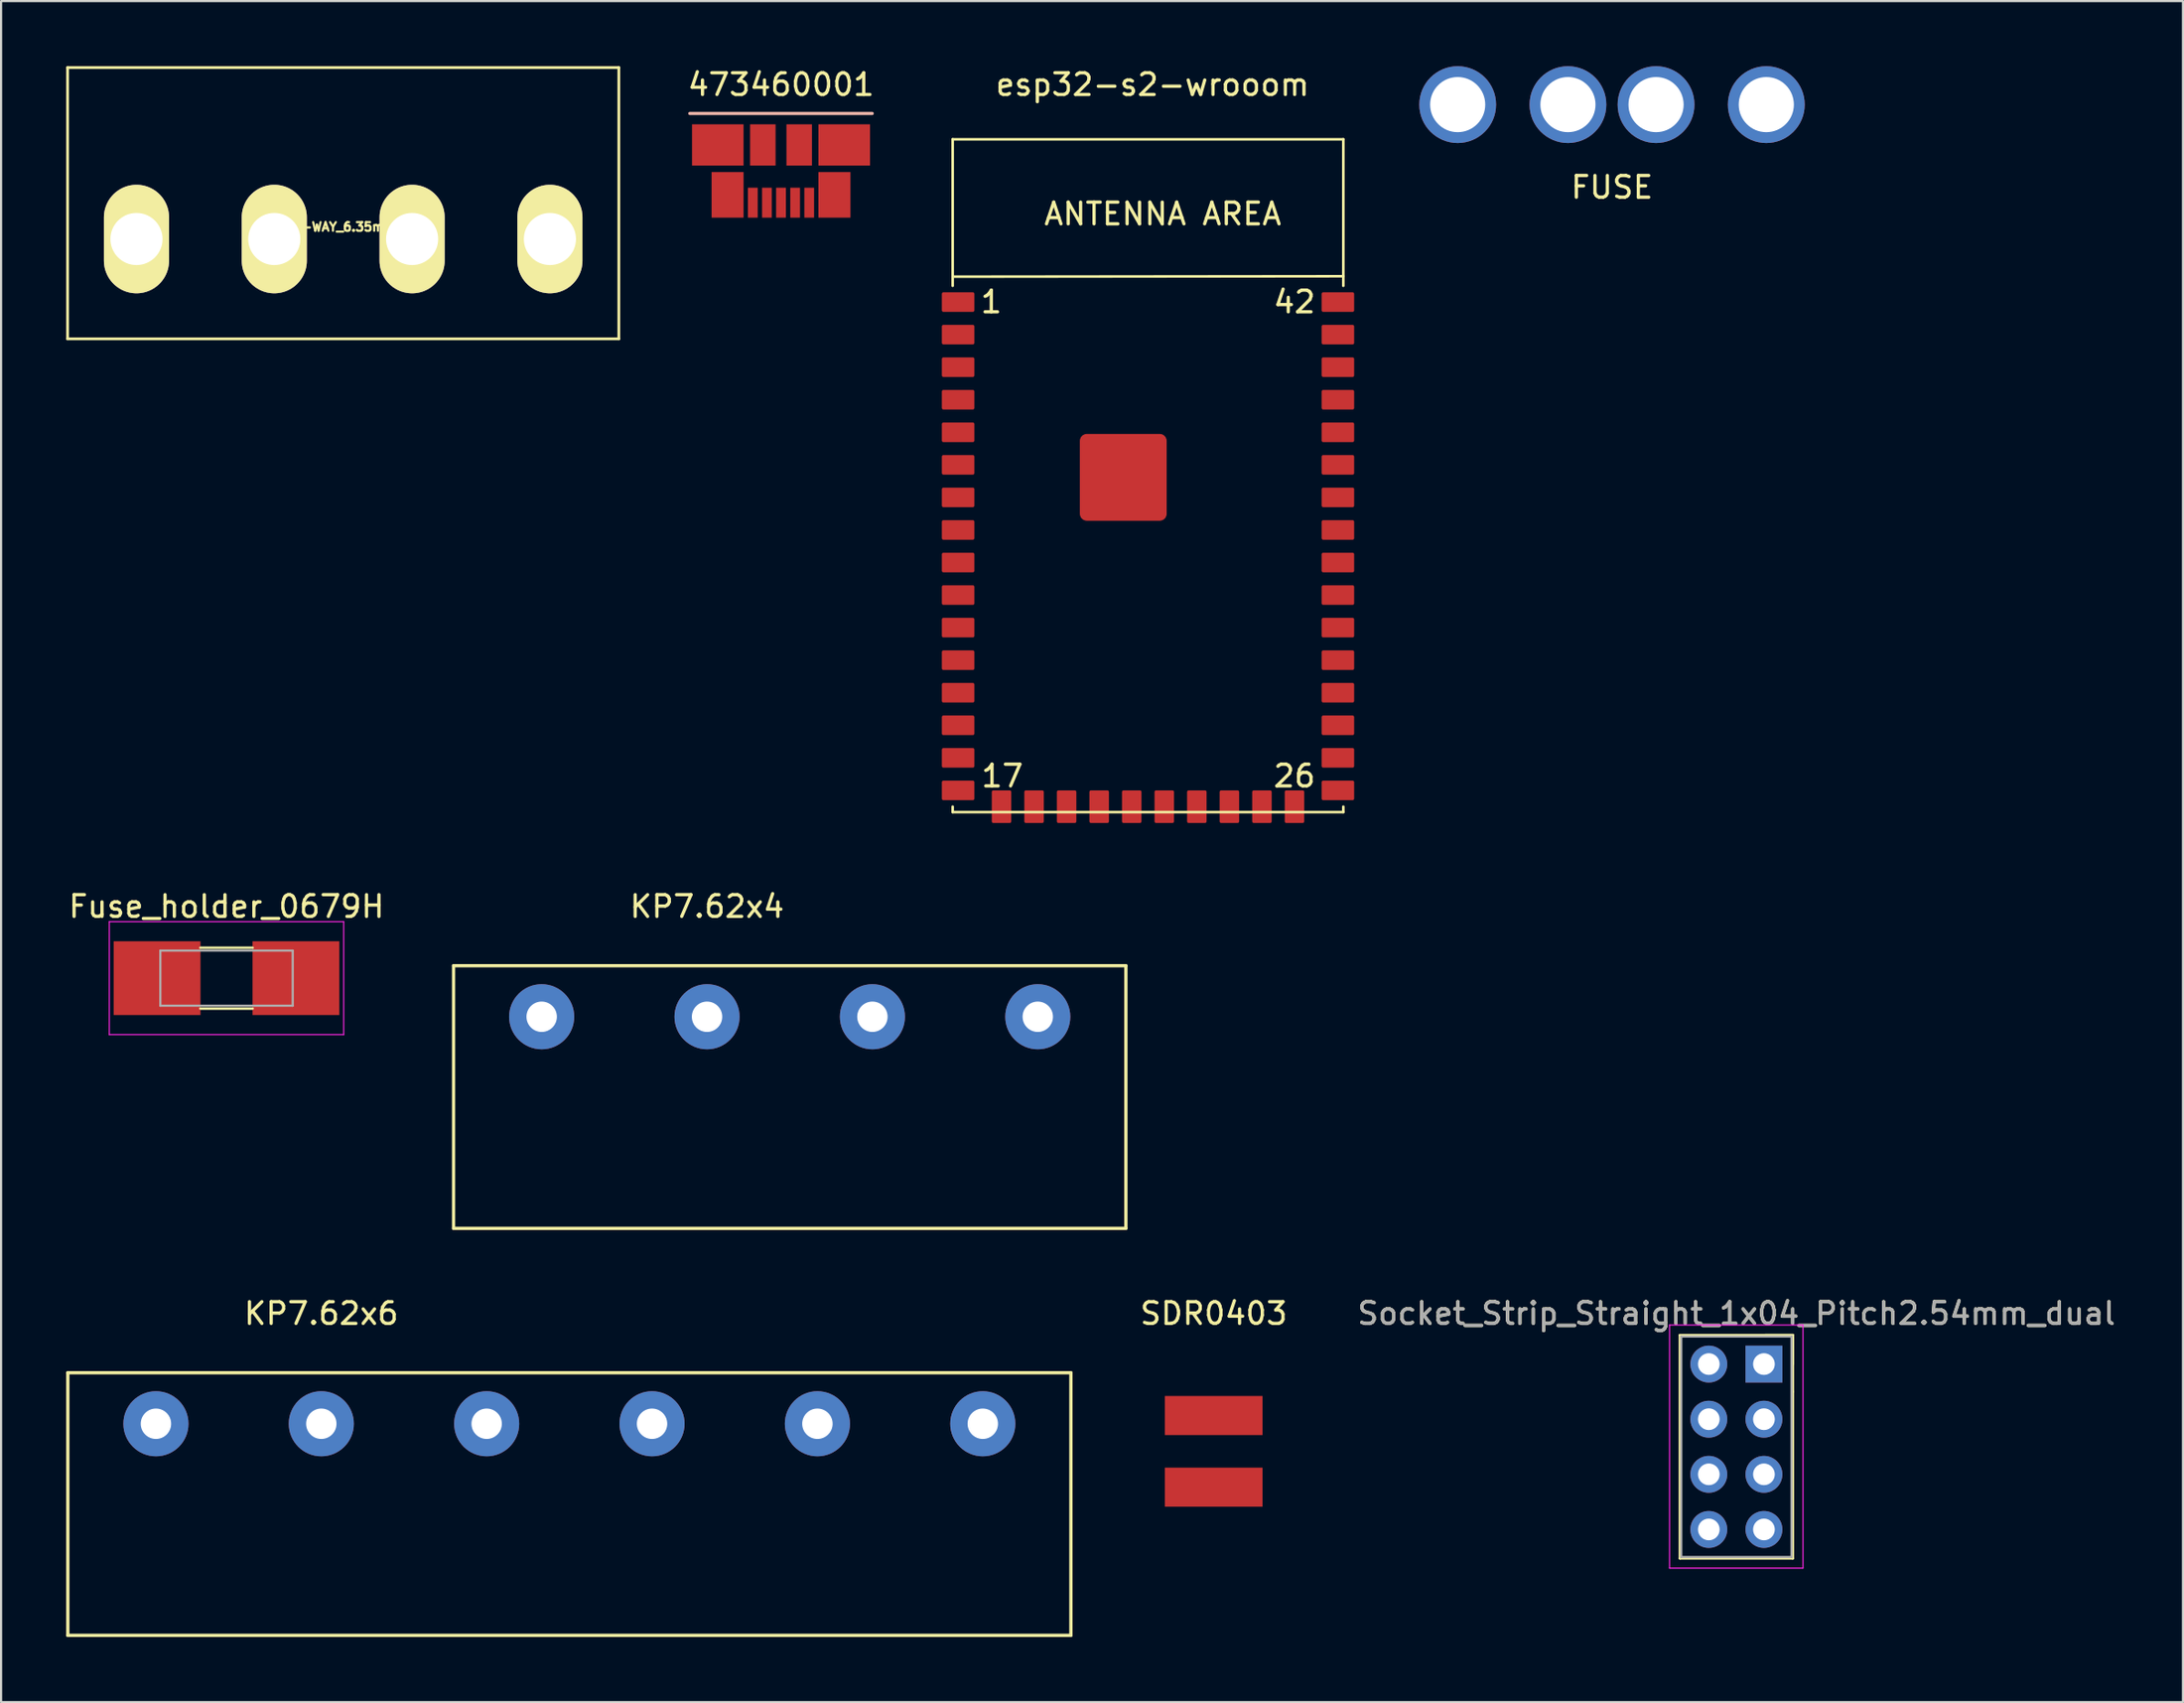
<source format=kicad_pcb>
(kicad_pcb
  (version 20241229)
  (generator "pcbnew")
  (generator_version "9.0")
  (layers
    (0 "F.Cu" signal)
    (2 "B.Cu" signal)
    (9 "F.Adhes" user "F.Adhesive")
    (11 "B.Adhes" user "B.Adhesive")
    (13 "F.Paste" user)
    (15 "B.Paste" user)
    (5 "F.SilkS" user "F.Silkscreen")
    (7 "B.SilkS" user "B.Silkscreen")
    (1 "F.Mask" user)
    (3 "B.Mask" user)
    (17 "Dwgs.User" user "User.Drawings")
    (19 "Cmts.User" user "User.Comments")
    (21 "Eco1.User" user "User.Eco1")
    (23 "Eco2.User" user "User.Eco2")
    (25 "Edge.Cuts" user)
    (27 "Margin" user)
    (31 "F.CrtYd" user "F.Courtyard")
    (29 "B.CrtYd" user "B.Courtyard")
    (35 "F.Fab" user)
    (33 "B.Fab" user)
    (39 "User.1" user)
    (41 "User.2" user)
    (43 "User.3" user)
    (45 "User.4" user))
  (footprint "473460001"
    (layer "F.Cu")
    (at 32.938 5.928)
    (property "Reference" "473460001" (at 0 -5.08 0) (layer "F.SilkS") (effects (font (size 1 1) (thickness 0.15))))
    (attr through_hole)
    (fp_line (start -4.2 -3.75) (end 4.2 -3.75) (stroke (width 0.15) (type solid)) (layer "B.SilkS"))
    (pad "1" smd rect (at 1.3 0.36) (size 0.45 1.38) (layers "F.Cu" "F.Mask" "F.Paste"))
    (pad "2" smd rect (at 0.65 0.36) (size 0.45 1.38) (layers "F.Cu" "F.Mask" "F.Paste"))
    (pad "3" smd rect (at 0 0.36) (size 0.45 1.38) (layers "F.Cu" "F.Mask" "F.Paste"))
    (pad "4" smd rect (at -0.65 0.36) (size 0.45 1.38) (layers "F.Cu" "F.Mask" "F.Paste"))
    (pad "5" smd rect (at -1.3 0.36) (size 0.45 1.38) (layers "F.Cu" "F.Mask" "F.Paste"))
    (pad "6" smd rect (at -2.913 -2.3) (size 2.375 1.9) (layers "F.Cu" "F.Mask" "F.Paste"))
    (pad "6" smd rect (at -2.462 0) (size 1.475 2.1) (layers "F.Cu" "F.Mask" "F.Paste"))
    (pad "6" smd rect (at -0.838 -2.3) (size 1.175 1.9) (layers "F.Cu" "F.Mask" "F.Paste"))
    (pad "6" smd rect (at 0.838 -2.3) (size 1.175 1.9) (layers "F.Cu" "F.Mask" "F.Paste"))
    (pad "6" smd rect (at 2.462 0) (size 1.475 2.1) (layers "F.Cu" "F.Mask" "F.Paste"))
    (pad "6" smd rect (at 2.913 -2.3) (size 2.375 1.9) (layers "F.Cu" "F.Mask" "F.Paste")))
  (footprint "FUSE"
    (layer "F.Cu")
    (at 71.228 1.77)
    (property "Reference" "FUSE" (at 0 3.81 0) (layer "F.SilkS") (effects (font (size 1 1) (thickness 0.15))))
    (attr through_hole)
    (pad "1" thru_hole circle (at -7.11 0) (size 3.54 3.54) (drill 2.54) (layers "*.Cu" "*.Mask"))
    (pad "1" thru_hole circle (at -2.03 0) (size 3.54 3.54) (drill 2.54) (layers "*.Cu" "*.Mask"))
    (pad "2" thru_hole circle (at 2.03 0) (size 3.54 3.54) (drill 2.54) (layers "*.Cu" "*.Mask"))
    (pad "2" thru_hole circle (at 7.11 0) (size 3.54 3.54) (drill 2.54) (layers "*.Cu" "*.Mask")))
  (footprint "esp32-s2-wrooom"
    (layer "F.Cu")
    (at 49.898 18.768)
    (property "Reference" "esp32-s2-wrooom" (at 0.16 -17.92 0) (layer "F.SilkS") (effects (font (size 1 1) (thickness 0.15))))
    (attr through_hole)
    (fp_line (start -9.05 -15.4) (end -9.05 -8.65) (stroke (width 0.12) (type solid)) (layer "F.SilkS"))
    (fp_line (start -9.05 15.35) (end -9.05 15.6) (stroke (width 0.12) (type solid)) (layer "F.SilkS"))
    (fp_line (start -9.05 15.6) (end 8.95 15.6) (stroke (width 0.12) (type solid)) (layer "F.SilkS"))
    (fp_line (start 8.95 -15.4) (end -9.05 -15.4) (stroke (width 0.12) (type solid)) (layer "F.SilkS"))
    (fp_line (start 8.95 -9.09) (end -9.05 -9.07) (stroke (width 0.12) (type solid)) (layer "F.SilkS"))
    (fp_line (start 8.95 -8.65) (end 8.95 -15.4) (stroke (width 0.12) (type solid)) (layer "F.SilkS"))
    (fp_line (start 8.95 15.35) (end 8.95 15.6) (stroke (width 0.12) (type solid)) (layer "F.SilkS"))
    (fp_text user "1" (at -7.272 -7.907 0) (layer "F.SilkS") (effects (font (size 1 1) (thickness 0.15))))
    (fp_text user "17" (at -6.764 13.937 0) (layer "F.SilkS") (effects (font (size 1 1) (thickness 0.15))))
    (fp_text user "ANTENNA AREA" (at 0.63 -11.96 0) (layer "F.SilkS") (effects (font (size 1 1) (thickness 0.15))))
    (fp_text user "26" (at 6.698 13.937 0) (layer "F.SilkS") (effects (font (size 1 1) (thickness 0.15))))
    (fp_text user "42" (at 6.698 -7.907 0) (layer "F.SilkS") (effects (font (size 1 1) (thickness 0.15))))
    (pad "1" smd roundrect (at -8.8 -7.9) (size 1.5 0.9) (layers "F.Cu" "F.Mask" "F.Paste") (roundrect_rratio 0.079))
    (pad "2" smd roundrect (at -8.8 -6.4) (size 1.5 0.9) (layers "F.Cu" "F.Mask" "F.Paste") (roundrect_rratio 0.079))
    (pad "3" smd roundrect (at -8.8 -4.9) (size 1.5 0.9) (layers "F.Cu" "F.Mask" "F.Paste") (roundrect_rratio 0.079))
    (pad "4" smd roundrect (at -8.8 -3.4) (size 1.5 0.9) (layers "F.Cu" "F.Mask" "F.Paste") (roundrect_rratio 0.079))
    (pad "5" smd roundrect (at -8.8 -1.9) (size 1.5 0.9) (layers "F.Cu" "F.Mask" "F.Paste") (roundrect_rratio 0.079))
    (pad "6" smd roundrect (at -8.8 -0.4) (size 1.5 0.9) (layers "F.Cu" "F.Mask" "F.Paste") (roundrect_rratio 0.079))
    (pad "7" smd roundrect (at -8.8 1.1) (size 1.5 0.9) (layers "F.Cu" "F.Mask" "F.Paste") (roundrect_rratio 0.079))
    (pad "8" smd roundrect (at -8.8 2.6) (size 1.5 0.9) (layers "F.Cu" "F.Mask" "F.Paste") (roundrect_rratio 0.079))
    (pad "9" smd roundrect (at -8.8 4.1) (size 1.5 0.9) (layers "F.Cu" "F.Mask" "F.Paste") (roundrect_rratio 0.079))
    (pad "10" smd roundrect (at -8.8 5.6) (size 1.5 0.9) (layers "F.Cu" "F.Mask" "F.Paste") (roundrect_rratio 0.079))
    (pad "11" smd roundrect (at -8.8 7.1) (size 1.5 0.9) (layers "F.Cu" "F.Mask" "F.Paste") (roundrect_rratio 0.079))
    (pad "12" smd roundrect (at -8.8 8.6) (size 1.5 0.9) (layers "F.Cu" "F.Mask" "F.Paste") (roundrect_rratio 0.079))
    (pad "13" smd roundrect (at -8.8 10.1) (size 1.5 0.9) (layers "F.Cu" "F.Mask" "F.Paste") (roundrect_rratio 0.079))
    (pad "14" smd roundrect (at -8.8 11.6) (size 1.5 0.9) (layers "F.Cu" "F.Mask" "F.Paste") (roundrect_rratio 0.079))
    (pad "15" smd roundrect (at -8.8 13.1) (size 1.5 0.9) (layers "F.Cu" "F.Mask" "F.Paste") (roundrect_rratio 0.079))
    (pad "16" smd roundrect (at -8.8 14.6) (size 1.5 0.9) (layers "F.Cu" "F.Mask" "F.Paste") (roundrect_rratio 0.079))
    (pad "17" smd roundrect (at -6.8 15.35 90) (size 1.5 0.9) (layers "F.Cu" "F.Mask" "F.Paste") (roundrect_rratio 0.079))
    (pad "18" smd roundrect (at -5.3 15.35 90) (size 1.5 0.9) (layers "F.Cu" "F.Mask" "F.Paste") (roundrect_rratio 0.079))
    (pad "19" smd roundrect (at -3.8 15.35 90) (size 1.5 0.9) (layers "F.Cu" "F.Mask" "F.Paste") (roundrect_rratio 0.079))
    (pad "20" smd roundrect (at -2.3 15.35 90) (size 1.5 0.9) (layers "F.Cu" "F.Mask" "F.Paste") (roundrect_rratio 0.079))
    (pad "21" smd roundrect (at -0.8 15.35 90) (size 1.5 0.9) (layers "F.Cu" "F.Mask" "F.Paste") (roundrect_rratio 0.079))
    (pad "22" smd roundrect (at 0.7 15.35 90) (size 1.5 0.9) (layers "F.Cu" "F.Mask" "F.Paste") (roundrect_rratio 0.079))
    (pad "23" smd roundrect (at 2.2 15.35 90) (size 1.5 0.9) (layers "F.Cu" "F.Mask" "F.Paste") (roundrect_rratio 0.079))
    (pad "24" smd roundrect (at 3.7 15.35 90) (size 1.5 0.9) (layers "F.Cu" "F.Mask" "F.Paste") (roundrect_rratio 0.079))
    (pad "25" smd roundrect (at 5.2 15.35 90) (size 1.5 0.9) (layers "F.Cu" "F.Mask" "F.Paste") (roundrect_rratio 0.079))
    (pad "26" smd roundrect (at 6.7 15.35 90) (size 1.5 0.9) (layers "F.Cu" "F.Mask" "F.Paste") (roundrect_rratio 0.079))
    (pad "27" smd roundrect (at 8.7 14.6 180) (size 1.5 0.9) (layers "F.Cu" "F.Mask" "F.Paste") (roundrect_rratio 0.079))
    (pad "28" smd roundrect (at 8.7 13.1 180) (size 1.5 0.9) (layers "F.Cu" "F.Mask" "F.Paste") (roundrect_rratio 0.079))
    (pad "29" smd roundrect (at 8.7 11.6 180) (size 1.5 0.9) (layers "F.Cu" "F.Mask" "F.Paste") (roundrect_rratio 0.079))
    (pad "30" smd roundrect (at 8.7 10.1 180) (size 1.5 0.9) (layers "F.Cu" "F.Mask" "F.Paste") (roundrect_rratio 0.079))
    (pad "31" smd roundrect (at 8.7 8.6 180) (size 1.5 0.9) (layers "F.Cu" "F.Mask" "F.Paste") (roundrect_rratio 0.079))
    (pad "32" smd roundrect (at 8.7 7.1 180) (size 1.5 0.9) (layers "F.Cu" "F.Mask" "F.Paste") (roundrect_rratio 0.079))
    (pad "33" smd roundrect (at 8.7 5.6 180) (size 1.5 0.9) (layers "F.Cu" "F.Mask" "F.Paste") (roundrect_rratio 0.079))
    (pad "34" smd roundrect (at 8.7 4.1 180) (size 1.5 0.9) (layers "F.Cu" "F.Mask" "F.Paste") (roundrect_rratio 0.079))
    (pad "35" smd roundrect (at 8.7 2.6 180) (size 1.5 0.9) (layers "F.Cu" "F.Mask" "F.Paste") (roundrect_rratio 0.079))
    (pad "36" smd roundrect (at 8.7 1.1 180) (size 1.5 0.9) (layers "F.Cu" "F.Mask" "F.Paste") (roundrect_rratio 0.079))
    (pad "37" smd roundrect (at 8.7 -0.4 180) (size 1.5 0.9) (layers "F.Cu" "F.Mask" "F.Paste") (roundrect_rratio 0.079))
    (pad "38" smd roundrect (at 8.7 -1.9 180) (size 1.5 0.9) (layers "F.Cu" "F.Mask" "F.Paste") (roundrect_rratio 0.079))
    (pad "39" smd roundrect (at 8.7 -3.4 180) (size 1.5 0.9) (layers "F.Cu" "F.Mask" "F.Paste") (roundrect_rratio 0.079))
    (pad "40" smd roundrect (at 8.7 -4.9 180) (size 1.5 0.9) (layers "F.Cu" "F.Mask" "F.Paste") (roundrect_rratio 0.079))
    (pad "41" smd roundrect (at 8.7 -6.4 180) (size 1.5 0.9) (layers "F.Cu" "F.Mask" "F.Paste") (roundrect_rratio 0.079))
    (pad "42" smd roundrect (at 8.7 -7.9 180) (size 1.5 0.9) (layers "F.Cu" "F.Mask" "F.Paste") (roundrect_rratio 0.079))
    (pad "43" smd roundrect (at -1.19 0.175 180) (size 4 4) (layers "F.Cu" "F.Mask" "F.Paste") (roundrect_rratio 0.079)))
  (footprint "Socket_Strip_Straight_1x04_Pitch2.54mm_dual"
    (layer "F.Cu")
    (at 78.229 59.8)
    (property "Reference" "Socket_Strip_Straight_1x04_Pitch2.54mm_dual" (at -1.27 -2.33 0) (layer "F.SilkS") (effects (font (size 1 1) (thickness 0.15))))
    (attr through_hole)
    (fp_line (start -3.87 -1.33) (end -1.27 -1.33) (stroke (width 0.12) (type solid)) (layer "F.SilkS"))
    (fp_line (start -3.87 8.95) (end -3.87 -1.33) (stroke (width 0.12) (type solid)) (layer "F.SilkS"))
    (fp_line (start -1.27 -1.33) (end 1.33 -1.33) (stroke (width 0.12) (type solid)) (layer "F.SilkS"))
    (fp_line (start 1.33 -1.33) (end 0.06 -1.33) (stroke (width 0.12) (type solid)) (layer "F.SilkS"))
    (fp_line (start 1.33 -1.33) (end 1.33 1.27) (stroke (width 0.12) (type solid)) (layer "F.SilkS"))
    (fp_line (start 1.33 0) (end 1.33 -1.33) (stroke (width 0.12) (type solid)) (layer "F.SilkS"))
    (fp_line (start 1.33 1.27) (end 1.33 8.95) (stroke (width 0.12) (type solid)) (layer "F.SilkS"))
    (fp_line (start 1.33 8.95) (end -3.87 8.95) (stroke (width 0.12) (type solid)) (layer "F.SilkS"))
    (fp_line (start -4.35 -1.8) (end -4.35 9.4) (stroke (width 0.05) (type solid)) (layer "F.CrtYd"))
    (fp_line (start -4.35 9.4) (end 1.8 9.4) (stroke (width 0.05) (type solid)) (layer "F.CrtYd"))
    (fp_line (start 1.8 -1.8) (end -4.35 -1.8) (stroke (width 0.05) (type solid)) (layer "F.CrtYd"))
    (fp_line (start 1.8 9.4) (end 1.8 -1.8) (stroke (width 0.05) (type solid)) (layer "F.CrtYd"))
    (fp_line (start -3.81 -1.27) (end -3.81 8.89) (stroke (width 0.1) (type solid)) (layer "F.Fab"))
    (fp_line (start -3.81 8.89) (end 1.27 8.89) (stroke (width 0.1) (type solid)) (layer "F.Fab"))
    (fp_line (start 1.27 -1.27) (end -3.81 -1.27) (stroke (width 0.1) (type solid)) (layer "F.Fab"))
    (fp_line (start 1.27 8.89) (end 1.27 -1.27) (stroke (width 0.1) (type solid)) (layer "F.Fab"))
    (fp_text user "${REFERENCE}" (at -1.27 -2.33 0) (layer "F.Fab") (effects (font (size 1 1) (thickness 0.15))))
    (pad "1" thru_hole oval (at -2.54 0) (size 1.7 1.7) (drill 1) (layers "*.Cu" "*.Mask"))
    (pad "1" thru_hole rect (at 0 0) (size 1.7 1.7) (drill 1) (layers "*.Cu" "*.Mask"))
    (pad "2" thru_hole oval (at -2.54 2.54) (size 1.7 1.7) (drill 1) (layers "*.Cu" "*.Mask"))
    (pad "2" thru_hole oval (at 0 2.54) (size 1.7 1.7) (drill 1) (layers "*.Cu" "*.Mask"))
    (pad "3" thru_hole oval (at -2.54 5.08) (size 1.7 1.7) (drill 1) (layers "*.Cu" "*.Mask"))
    (pad "3" thru_hole oval (at 0 5.08) (size 1.7 1.7) (drill 1) (layers "*.Cu" "*.Mask"))
    (pad "4" thru_hole oval (at -2.54 7.62) (size 1.7 1.7) (drill 1) (layers "*.Cu" "*.Mask"))
    (pad "4" thru_hole oval (at 0 7.62) (size 1.7 1.7) (drill 1) (layers "*.Cu" "*.Mask")))
  (footprint "KP7.62x6"
    (layer "F.Cu")
    (at 4.135 62.55)
    (property "Reference" "KP7.62x6" (at 7.62 -5.08 0) (layer "F.SilkS") (effects (font (size 1 1) (thickness 0.15))))
    (attr through_hole)
    (fp_line (start -4.06 -2.35) (end -4.06 9.75) (stroke (width 0.15) (type solid)) (layer "F.SilkS"))
    (fp_line (start -4.06 -2.35) (end 42.16 -2.35) (stroke (width 0.15) (type solid)) (layer "F.SilkS"))
    (fp_line (start -4.06 9.75) (end 42.16 9.75) (stroke (width 0.15) (type solid)) (layer "F.SilkS"))
    (fp_line (start 42.16 -2.35) (end 42.16 9.75) (stroke (width 0.15) (type solid)) (layer "F.SilkS"))
    (pad "1" thru_hole circle (at 0 0) (size 3 3) (drill 1.4) (layers "*.Cu" "*.Mask"))
    (pad "2" thru_hole circle (at 7.62 0) (size 3 3) (drill 1.4) (layers "*.Cu" "*.Mask"))
    (pad "3" thru_hole circle (at 15.24 0) (size 3 3) (drill 1.4) (layers "*.Cu" "*.Mask"))
    (pad "4" thru_hole circle (at 22.86 0) (size 3 3) (drill 1.4) (layers "*.Cu" "*.Mask"))
    (pad "5" thru_hole circle (at 30.48 0) (size 3 3) (drill 1.4) (layers "*.Cu" "*.Mask"))
    (pad "6" thru_hole circle (at 38.1 0) (size 3 3) (drill 1.4) (layers "*.Cu" "*.Mask")))
  (footprint "KP7.62x4"
    (layer "F.Cu")
    (at 21.909 43.797)
    (property "Reference" "KP7.62x4" (at 7.62 -5.08 0) (layer "F.SilkS") (effects (font (size 1 1) (thickness 0.15))))
    (attr through_hole)
    (fp_line (start -4.06 -2.35) (end -4.06 9.75) (stroke (width 0.15) (type solid)) (layer "F.SilkS"))
    (fp_line (start -4.06 -2.35) (end 26.92 -2.35) (stroke (width 0.15) (type solid)) (layer "F.SilkS"))
    (fp_line (start -4.06 9.75) (end 26.92 9.75) (stroke (width 0.15) (type solid)) (layer "F.SilkS"))
    (fp_line (start 26.92 -2.35) (end 26.92 9.75) (stroke (width 0.15) (type solid)) (layer "F.SilkS"))
    (pad "1" thru_hole circle (at 0 0) (size 3 3) (drill 1.4) (layers "*.Cu" "*.Mask"))
    (pad "2" thru_hole circle (at 7.62 0) (size 3 3) (drill 1.4) (layers "*.Cu" "*.Mask"))
    (pad "3" thru_hole circle (at 15.24 0) (size 3 3) (drill 1.4) (layers "*.Cu" "*.Mask"))
    (pad "4" thru_hole circle (at 22.86 0) (size 3 3) (drill 1.4) (layers "*.Cu" "*.Mask")))
  (footprint "4-WAY_6.35mm"
    (layer "F.Cu")
    (at 12.764 7.963)
    (property "Reference" "4-WAY_6.35mm" (at 0.041 -0.559 0) (layer "F.SilkS") (effects (font (size 0.399 0.399) (thickness 0.099))))
    (attr through_hole)
    (fp_line (start -12.7 4.6) (end -12.7 -7.899) (stroke (width 0.127) (type solid)) (layer "F.SilkS"))
    (fp_line (start -12.7 4.6) (end 12.7 4.6) (stroke (width 0.127) (type solid)) (layer "F.SilkS"))
    (fp_line (start 12.7 -7.899) (end -12.7 -7.899) (stroke (width 0.127) (type solid)) (layer "F.SilkS"))
    (fp_line (start 12.7 4.6) (end 12.7 -7.899) (stroke (width 0.127) (type solid)) (layer "F.SilkS"))
    (pad "1" thru_hole oval (at -9.525 0) (size 3 5) (drill 2.4) (layers "*.Cu" "*.Mask" "F.SilkS"))
    (pad "2" thru_hole oval (at -3.175 0) (size 3 5) (drill 2.4) (layers "*.Cu" "*.Mask" "F.SilkS"))
    (pad "3" thru_hole oval (at 3.175 0) (size 3 5) (drill 2.4) (layers "*.Cu" "*.Mask" "F.SilkS"))
    (pad "4" thru_hole oval (at 9.525 0) (size 3 5) (drill 2.4) (layers "*.Cu" "*.Mask" "F.SilkS")))
  (footprint "SDR0403"
    (layer "F.Cu")
    (at 52.876 63.82)
    (property "Reference" "SDR0403" (at 0 -6.35 0) (layer "F.SilkS") (effects (font (size 1 1) (thickness 0.15))))
    (attr through_hole)
    (pad "1" smd rect (at 0 -1.65) (size 4.5 1.8) (layers "F.Cu" "F.Mask" "F.Paste"))
    (pad "2" smd rect (at 0 1.65) (size 4.5 1.8) (layers "F.Cu" "F.Mask" "F.Paste")))
  (footprint "Fuse_holder_0679H"
    (layer "F.Cu")
    (at 7.387 42.019)
    (property "Reference" "Fuse_holder_0679H" (at 0 -3.302 0) (layer "F.SilkS") (effects (font (size 1 1) (thickness 0.15))))
    (attr smd)
    (fp_line (start -1.2 -1.4) (end 1.2 -1.4) (stroke (width 0.12) (type solid)) (layer "F.SilkS"))
    (fp_line (start -1.2 1.4) (end 1.2 1.4) (stroke (width 0.12) (type solid)) (layer "F.SilkS"))
    (fp_line (start -5.4 -2.6) (end 5.4 -2.6) (stroke (width 0.05) (type solid)) (layer "F.CrtYd"))
    (fp_line (start -5.4 2.6) (end -5.4 -2.6) (stroke (width 0.05) (type solid)) (layer "F.CrtYd"))
    (fp_line (start 5.4 -2.6) (end 5.4 2.6) (stroke (width 0.05) (type solid)) (layer "F.CrtYd"))
    (fp_line (start 5.4 2.6) (end -5.4 2.6) (stroke (width 0.05) (type solid)) (layer "F.CrtYd"))
    (fp_line (start -3.05 -1.27) (end 3.05 -1.27) (stroke (width 0.1) (type solid)) (layer "F.Fab"))
    (fp_line (start -3.05 1.27) (end -3.05 -1.27) (stroke (width 0.1) (type solid)) (layer "F.Fab"))
    (fp_line (start 3.05 -1.27) (end 3.05 1.27) (stroke (width 0.1) (type solid)) (layer "F.Fab"))
    (fp_line (start 3.05 1.27) (end -3.05 1.27) (stroke (width 0.1) (type solid)) (layer "F.Fab"))
    (pad "1" smd rect (at -3.2 0) (size 4 3.4) (layers "F.Cu" "F.Mask" "F.Paste"))
    (pad "2" smd rect (at 3.2 0) (size 4 3.4) (layers "F.Cu" "F.Mask" "F.Paste")))
  (gr_rect
    (start -3 -3)
    (end 97.537 75.375)
    (stroke (width 0.1) (type default))
    (fill no)
    (layer "Edge.Cuts")))
</source>
